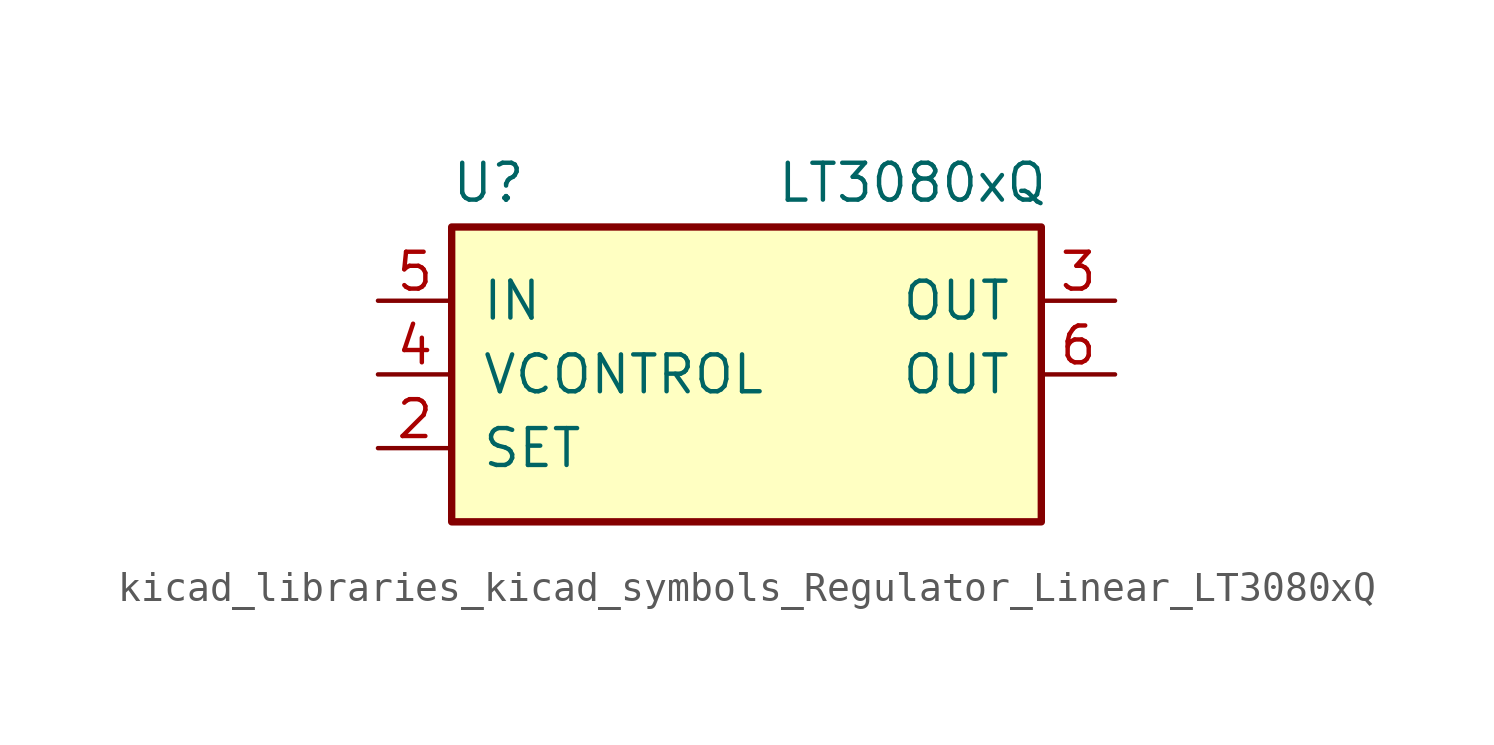
<source format=kicad_sym>
(kicad_symbol_lib
  (version 20220914)
  (generator kicad_symbol_editor)
  (symbol "kicad_libraries_kicad_symbols_Regulator_Linear_LT3080xQ"
    (pin_names
      (offset 1.016))
    (property "Reference" "U"
      (at -8.89 6.604 0)
      (effects (font (size 1.27 1.27))))
    (property "Value" "LT3080xQ"
      (at 10.414 6.604 0)
      (effects (font (size 1.27 1.27)) (justify right)))
    (symbol "kicad_libraries_kicad_symbols_Regulator_Linear_LT3080xQ_0_1"
      (rectangle (start -10.16 5.08) (end 10.16 -5.08) (stroke (width 0.254) (type default)) (fill (type background))))
    (symbol "kicad_libraries_kicad_symbols_Regulator_Linear_LT3080xQ_1_1"
      (pin no_connect line (at 10.16 -2.54 180) (length 2.54) hide (name "NC" (effects (font (size 1.27 1.27)))) (number "1" (effects (font (size 1.27 1.27)))))
      (pin input line (at -12.7 -2.54 0) (length 2.54) (name "SET" (effects (font (size 1.27 1.27)))) (number "2" (effects (font (size 1.27 1.27)))))
      (pin power_out line (at 12.7 2.54 180) (length 2.54) (name "OUT" (effects (font (size 1.27 1.27)))) (number "3" (effects (font (size 1.27 1.27)))))
      (pin input line (at -12.7 0 0) (length 2.54) (name "VCONTROL" (effects (font (size 1.27 1.27)))) (number "4" (effects (font (size 1.27 1.27)))))
      (pin power_in line (at -12.7 2.54 0) (length 2.54) (name "IN" (effects (font (size 1.27 1.27)))) (number "5" (effects (font (size 1.27 1.27)))))
      (pin power_out line (at 12.7 0 180) (length 2.54) (name "OUT" (effects (font (size 1.27 1.27)))) (number "6" (effects (font (size 1.27 1.27))))))))
</source>
